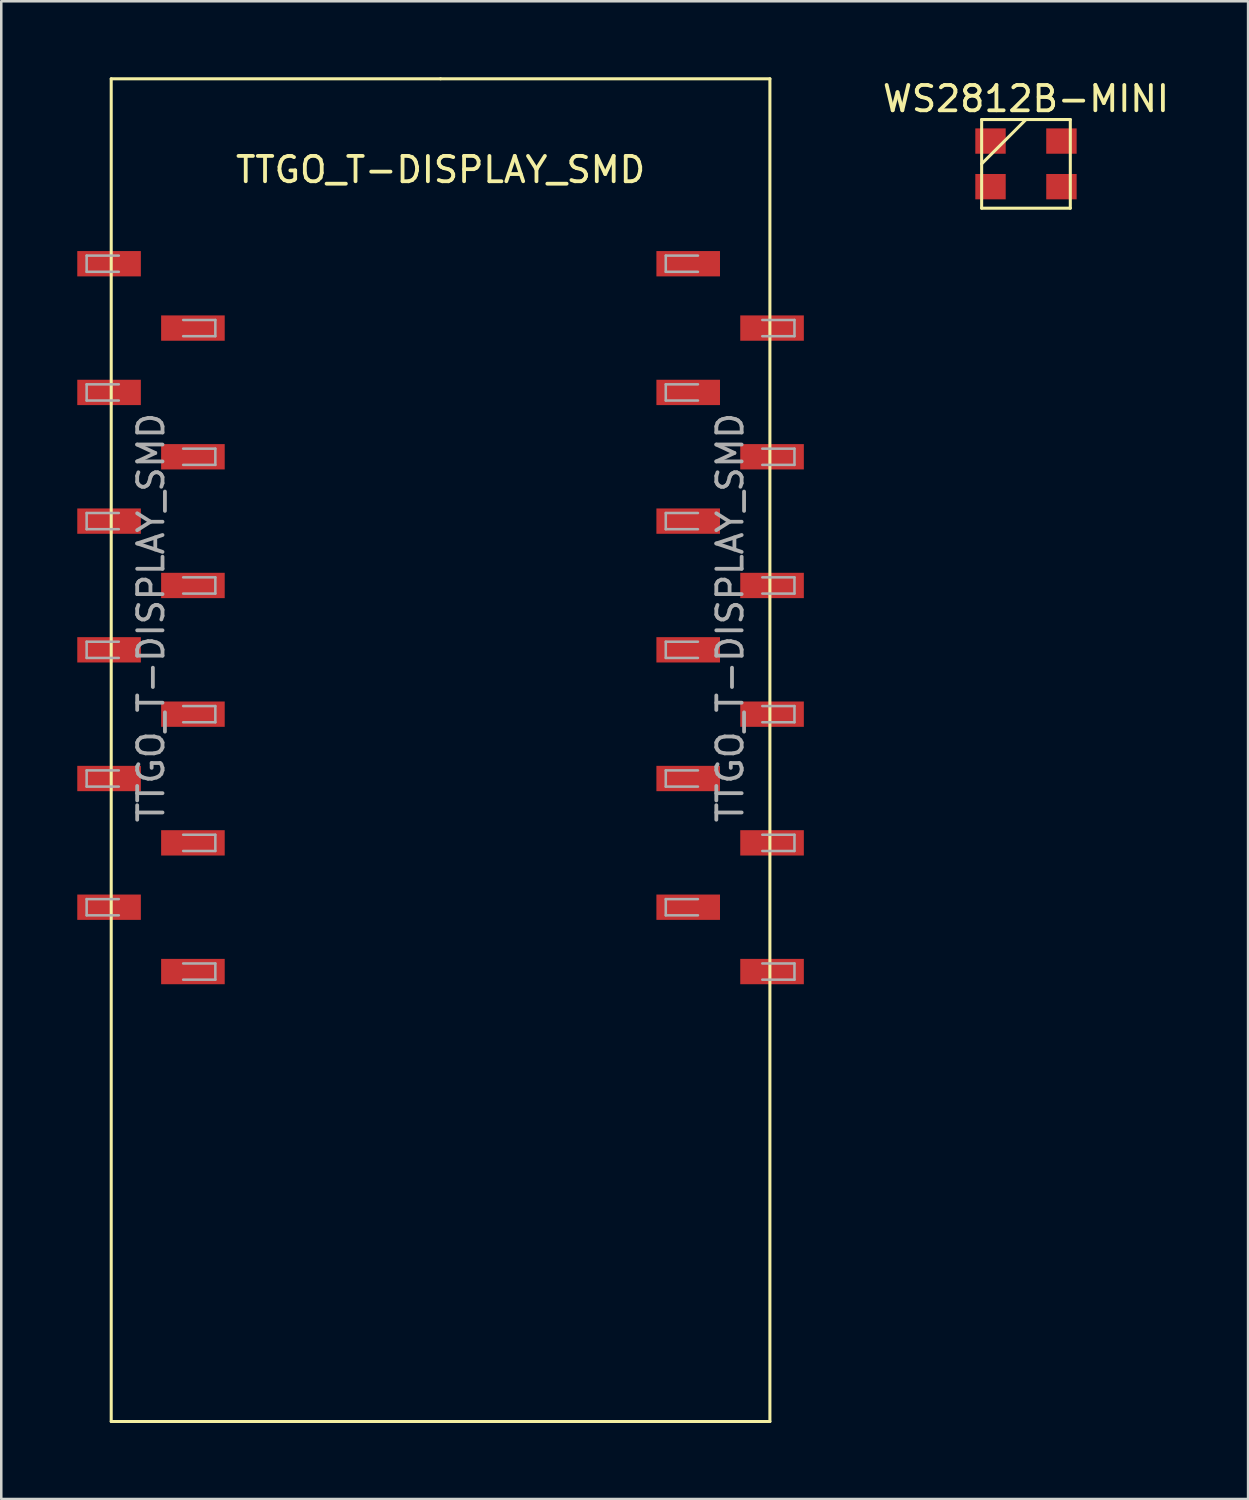
<source format=kicad_pcb>
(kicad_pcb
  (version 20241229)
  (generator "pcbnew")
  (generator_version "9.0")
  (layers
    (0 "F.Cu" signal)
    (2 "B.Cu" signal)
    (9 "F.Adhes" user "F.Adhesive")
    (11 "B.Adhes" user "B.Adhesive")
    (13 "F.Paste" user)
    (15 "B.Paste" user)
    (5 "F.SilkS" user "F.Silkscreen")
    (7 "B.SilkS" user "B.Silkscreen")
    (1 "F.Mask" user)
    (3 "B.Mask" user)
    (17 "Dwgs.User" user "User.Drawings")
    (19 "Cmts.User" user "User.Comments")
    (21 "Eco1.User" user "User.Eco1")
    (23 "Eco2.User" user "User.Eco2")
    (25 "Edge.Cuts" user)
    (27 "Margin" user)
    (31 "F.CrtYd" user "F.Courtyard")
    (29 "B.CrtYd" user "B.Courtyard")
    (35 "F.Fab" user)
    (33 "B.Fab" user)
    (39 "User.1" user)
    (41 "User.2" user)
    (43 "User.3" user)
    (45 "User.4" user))
  (footprint "TTGO_T-DISPLAY_SMD"
    (layer "F.Cu")
    (at 14.34 21.33)
    (property "Reference" "TTGO_T-DISPLAY_SMD" (at 0 -17.68 0) (layer "F.SilkS") (effects (font (size 1 1) (thickness 0.15))))
    (attr smd)
    (fp_line (start -13 -21.27) (end -13 31.73) (stroke (width 0.12) (type solid)) (layer "F.SilkS"))
    (fp_line (start -13 31.73) (end 13 31.73) (stroke (width 0.12) (type solid)) (layer "F.SilkS"))
    (fp_line (start 0 -21.27) (end -13 -21.27) (stroke (width 0.12) (type solid)) (layer "F.SilkS"))
    (fp_line (start 0 -21.27) (end 13 -21.27) (stroke (width 0.12) (type solid)) (layer "F.SilkS"))
    (fp_line (start 13 31.73) (end 13 -21.27) (stroke (width 0.12) (type solid)) (layer "F.SilkS"))
    (fp_line (start -13.97 -14.29) (end -13.97 -13.65) (stroke (width 0.1) (type solid)) (layer "F.Fab"))
    (fp_line (start -13.97 -13.65) (end -12.7 -13.65) (stroke (width 0.1) (type solid)) (layer "F.Fab"))
    (fp_line (start -13.97 -9.21) (end -13.97 -8.57) (stroke (width 0.1) (type solid)) (layer "F.Fab"))
    (fp_line (start -13.97 -8.57) (end -12.7 -8.57) (stroke (width 0.1) (type solid)) (layer "F.Fab"))
    (fp_line (start -13.97 -4.13) (end -13.97 -3.49) (stroke (width 0.1) (type solid)) (layer "F.Fab"))
    (fp_line (start -13.97 -3.49) (end -12.7 -3.49) (stroke (width 0.1) (type solid)) (layer "F.Fab"))
    (fp_line (start -13.97 0.95) (end -13.97 1.59) (stroke (width 0.1) (type solid)) (layer "F.Fab"))
    (fp_line (start -13.97 1.59) (end -12.7 1.59) (stroke (width 0.1) (type solid)) (layer "F.Fab"))
    (fp_line (start -13.97 6.03) (end -13.97 6.67) (stroke (width 0.1) (type solid)) (layer "F.Fab"))
    (fp_line (start -13.97 6.67) (end -12.7 6.67) (stroke (width 0.1) (type solid)) (layer "F.Fab"))
    (fp_line (start -13.97 11.11) (end -13.97 11.75) (stroke (width 0.1) (type solid)) (layer "F.Fab"))
    (fp_line (start -13.97 11.75) (end -12.7 11.75) (stroke (width 0.1) (type solid)) (layer "F.Fab"))
    (fp_line (start -12.7 -14.29) (end -13.97 -14.29) (stroke (width 0.1) (type solid)) (layer "F.Fab"))
    (fp_line (start -12.7 -9.21) (end -13.97 -9.21) (stroke (width 0.1) (type solid)) (layer "F.Fab"))
    (fp_line (start -12.7 -4.13) (end -13.97 -4.13) (stroke (width 0.1) (type solid)) (layer "F.Fab"))
    (fp_line (start -12.7 0.95) (end -13.97 0.95) (stroke (width 0.1) (type solid)) (layer "F.Fab"))
    (fp_line (start -12.7 6.03) (end -13.97 6.03) (stroke (width 0.1) (type solid)) (layer "F.Fab"))
    (fp_line (start -12.7 11.11) (end -13.97 11.11) (stroke (width 0.1) (type solid)) (layer "F.Fab"))
    (fp_line (start -10.16 -11.75) (end -8.89 -11.75) (stroke (width 0.1) (type solid)) (layer "F.Fab"))
    (fp_line (start -10.16 -6.67) (end -8.89 -6.67) (stroke (width 0.1) (type solid)) (layer "F.Fab"))
    (fp_line (start -10.16 -1.59) (end -8.89 -1.59) (stroke (width 0.1) (type solid)) (layer "F.Fab"))
    (fp_line (start -10.16 3.49) (end -8.89 3.49) (stroke (width 0.1) (type solid)) (layer "F.Fab"))
    (fp_line (start -10.16 8.57) (end -8.89 8.57) (stroke (width 0.1) (type solid)) (layer "F.Fab"))
    (fp_line (start -10.16 13.65) (end -8.89 13.65) (stroke (width 0.1) (type solid)) (layer "F.Fab"))
    (fp_line (start -8.89 -11.75) (end -8.89 -11.11) (stroke (width 0.1) (type solid)) (layer "F.Fab"))
    (fp_line (start -8.89 -11.11) (end -10.16 -11.11) (stroke (width 0.1) (type solid)) (layer "F.Fab"))
    (fp_line (start -8.89 -6.67) (end -8.89 -6.03) (stroke (width 0.1) (type solid)) (layer "F.Fab"))
    (fp_line (start -8.89 -6.03) (end -10.16 -6.03) (stroke (width 0.1) (type solid)) (layer "F.Fab"))
    (fp_line (start -8.89 -1.59) (end -8.89 -0.95) (stroke (width 0.1) (type solid)) (layer "F.Fab"))
    (fp_line (start -8.89 -0.95) (end -10.16 -0.95) (stroke (width 0.1) (type solid)) (layer "F.Fab"))
    (fp_line (start -8.89 3.49) (end -8.89 4.13) (stroke (width 0.1) (type solid)) (layer "F.Fab"))
    (fp_line (start -8.89 4.13) (end -10.16 4.13) (stroke (width 0.1) (type solid)) (layer "F.Fab"))
    (fp_line (start -8.89 8.57) (end -8.89 9.21) (stroke (width 0.1) (type solid)) (layer "F.Fab"))
    (fp_line (start -8.89 9.21) (end -10.16 9.21) (stroke (width 0.1) (type solid)) (layer "F.Fab"))
    (fp_line (start -8.89 13.65) (end -8.89 14.29) (stroke (width 0.1) (type solid)) (layer "F.Fab"))
    (fp_line (start -8.89 14.29) (end -10.16 14.29) (stroke (width 0.1) (type solid)) (layer "F.Fab"))
    (fp_line (start 8.89 -14.29) (end 8.89 -13.65) (stroke (width 0.1) (type solid)) (layer "F.Fab"))
    (fp_line (start 8.89 -13.65) (end 10.16 -13.65) (stroke (width 0.1) (type solid)) (layer "F.Fab"))
    (fp_line (start 8.89 -9.21) (end 8.89 -8.57) (stroke (width 0.1) (type solid)) (layer "F.Fab"))
    (fp_line (start 8.89 -8.57) (end 10.16 -8.57) (stroke (width 0.1) (type solid)) (layer "F.Fab"))
    (fp_line (start 8.89 -4.13) (end 8.89 -3.49) (stroke (width 0.1) (type solid)) (layer "F.Fab"))
    (fp_line (start 8.89 -3.49) (end 10.16 -3.49) (stroke (width 0.1) (type solid)) (layer "F.Fab"))
    (fp_line (start 8.89 0.95) (end 8.89 1.59) (stroke (width 0.1) (type solid)) (layer "F.Fab"))
    (fp_line (start 8.89 1.59) (end 10.16 1.59) (stroke (width 0.1) (type solid)) (layer "F.Fab"))
    (fp_line (start 8.89 6.03) (end 8.89 6.67) (stroke (width 0.1) (type solid)) (layer "F.Fab"))
    (fp_line (start 8.89 6.67) (end 10.16 6.67) (stroke (width 0.1) (type solid)) (layer "F.Fab"))
    (fp_line (start 8.89 11.11) (end 8.89 11.75) (stroke (width 0.1) (type solid)) (layer "F.Fab"))
    (fp_line (start 8.89 11.75) (end 10.16 11.75) (stroke (width 0.1) (type solid)) (layer "F.Fab"))
    (fp_line (start 10.16 -14.29) (end 8.89 -14.29) (stroke (width 0.1) (type solid)) (layer "F.Fab"))
    (fp_line (start 10.16 -9.21) (end 8.89 -9.21) (stroke (width 0.1) (type solid)) (layer "F.Fab"))
    (fp_line (start 10.16 -4.13) (end 8.89 -4.13) (stroke (width 0.1) (type solid)) (layer "F.Fab"))
    (fp_line (start 10.16 0.95) (end 8.89 0.95) (stroke (width 0.1) (type solid)) (layer "F.Fab"))
    (fp_line (start 10.16 6.03) (end 8.89 6.03) (stroke (width 0.1) (type solid)) (layer "F.Fab"))
    (fp_line (start 10.16 11.11) (end 8.89 11.11) (stroke (width 0.1) (type solid)) (layer "F.Fab"))
    (fp_line (start 12.7 -11.75) (end 13.97 -11.75) (stroke (width 0.1) (type solid)) (layer "F.Fab"))
    (fp_line (start 12.7 -6.67) (end 13.97 -6.67) (stroke (width 0.1) (type solid)) (layer "F.Fab"))
    (fp_line (start 12.7 -1.59) (end 13.97 -1.59) (stroke (width 0.1) (type solid)) (layer "F.Fab"))
    (fp_line (start 12.7 3.49) (end 13.97 3.49) (stroke (width 0.1) (type solid)) (layer "F.Fab"))
    (fp_line (start 12.7 8.57) (end 13.97 8.57) (stroke (width 0.1) (type solid)) (layer "F.Fab"))
    (fp_line (start 12.7 13.65) (end 13.97 13.65) (stroke (width 0.1) (type solid)) (layer "F.Fab"))
    (fp_line (start 13.97 -11.75) (end 13.97 -11.11) (stroke (width 0.1) (type solid)) (layer "F.Fab"))
    (fp_line (start 13.97 -11.11) (end 12.7 -11.11) (stroke (width 0.1) (type solid)) (layer "F.Fab"))
    (fp_line (start 13.97 -6.67) (end 13.97 -6.03) (stroke (width 0.1) (type solid)) (layer "F.Fab"))
    (fp_line (start 13.97 -6.03) (end 12.7 -6.03) (stroke (width 0.1) (type solid)) (layer "F.Fab"))
    (fp_line (start 13.97 -1.59) (end 13.97 -0.95) (stroke (width 0.1) (type solid)) (layer "F.Fab"))
    (fp_line (start 13.97 -0.95) (end 12.7 -0.95) (stroke (width 0.1) (type solid)) (layer "F.Fab"))
    (fp_line (start 13.97 3.49) (end 13.97 4.13) (stroke (width 0.1) (type solid)) (layer "F.Fab"))
    (fp_line (start 13.97 4.13) (end 12.7 4.13) (stroke (width 0.1) (type solid)) (layer "F.Fab"))
    (fp_line (start 13.97 8.57) (end 13.97 9.21) (stroke (width 0.1) (type solid)) (layer "F.Fab"))
    (fp_line (start 13.97 9.21) (end 12.7 9.21) (stroke (width 0.1) (type solid)) (layer "F.Fab"))
    (fp_line (start 13.97 13.65) (end 13.97 14.29) (stroke (width 0.1) (type solid)) (layer "F.Fab"))
    (fp_line (start 13.97 14.29) (end 12.7 14.29) (stroke (width 0.1) (type solid)) (layer "F.Fab"))
    (fp_text user "${REFERENCE}" (at 11.43 0 90) (layer "F.Fab") (effects (font (size 1 1) (thickness 0.15))))
    (fp_text user "${REFERENCE}" (at -11.43 0 90) (layer "F.Fab") (effects (font (size 1 1) (thickness 0.15))))
    (pad "1" smd rect (at -13.085 -13.97) (size 2.51 1) (layers "F.Cu" "F.Mask" "F.Paste"))
    (pad "2" smd rect (at -9.775 -11.43) (size 2.51 1) (layers "F.Cu" "F.Mask" "F.Paste"))
    (pad "3" smd rect (at -13.085 -8.89) (size 2.51 1) (layers "F.Cu" "F.Mask" "F.Paste"))
    (pad "4" smd rect (at -9.775 -6.35) (size 2.51 1) (layers "F.Cu" "F.Mask" "F.Paste"))
    (pad "5" smd rect (at -13.085 -3.81) (size 2.51 1) (layers "F.Cu" "F.Mask" "F.Paste"))
    (pad "6" smd rect (at -9.775 -1.27) (size 2.51 1) (layers "F.Cu" "F.Mask" "F.Paste"))
    (pad "7" smd rect (at -13.085 1.27) (size 2.51 1) (layers "F.Cu" "F.Mask" "F.Paste"))
    (pad "8" smd rect (at -9.775 3.81) (size 2.51 1) (layers "F.Cu" "F.Mask" "F.Paste"))
    (pad "9" smd rect (at -13.085 6.35) (size 2.51 1) (layers "F.Cu" "F.Mask" "F.Paste"))
    (pad "10" smd rect (at -9.775 8.89) (size 2.51 1) (layers "F.Cu" "F.Mask" "F.Paste"))
    (pad "11" smd rect (at -13.085 11.43) (size 2.51 1) (layers "F.Cu" "F.Mask" "F.Paste"))
    (pad "12" smd rect (at -9.775 13.97) (size 2.51 1) (layers "F.Cu" "F.Mask" "F.Paste"))
    (pad "13" smd rect (at 13.085 13.97) (size 2.51 1) (layers "F.Cu" "F.Mask" "F.Paste"))
    (pad "14" smd rect (at 9.775 11.43) (size 2.51 1) (layers "F.Cu" "F.Mask" "F.Paste"))
    (pad "15" smd rect (at 13.085 8.89) (size 2.51 1) (layers "F.Cu" "F.Mask" "F.Paste"))
    (pad "16" smd rect (at 9.775 6.35) (size 2.51 1) (layers "F.Cu" "F.Mask" "F.Paste"))
    (pad "17" smd rect (at 13.085 3.81) (size 2.51 1) (layers "F.Cu" "F.Mask" "F.Paste"))
    (pad "18" smd rect (at 9.775 1.27) (size 2.51 1) (layers "F.Cu" "F.Mask" "F.Paste"))
    (pad "19" smd rect (at 13.085 -1.27) (size 2.51 1) (layers "F.Cu" "F.Mask" "F.Paste"))
    (pad "20" smd rect (at 9.775 -3.81) (size 2.51 1) (layers "F.Cu" "F.Mask" "F.Paste"))
    (pad "21" smd rect (at 13.085 -6.35) (size 2.51 1) (layers "F.Cu" "F.Mask" "F.Paste"))
    (pad "22" smd rect (at 9.775 -8.89) (size 2.51 1) (layers "F.Cu" "F.Mask" "F.Paste"))
    (pad "23" smd rect (at 13.085 -11.43) (size 2.51 1) (layers "F.Cu" "F.Mask" "F.Paste"))
    (pad "24" smd rect (at 9.775 -13.97) (size 2.51 1) (layers "F.Cu" "F.Mask" "F.Paste")))
  (footprint "WS2812B-MINI"
    (layer "F.Cu")
    (at 37.448 3.418)
    (property "Reference" "WS2812B-MINI" (at 0 -2.57 0) (layer "F.SilkS") (effects (font (size 1 1) (thickness 0.15))))
    (attr through_hole)
    (fp_line (start -1.75 -1.75) (end 1.75 -1.75) (stroke (width 0.12) (type solid)) (layer "F.SilkS"))
    (fp_line (start -1.75 0) (end 0 -1.75) (stroke (width 0.12) (type solid)) (layer "F.SilkS"))
    (fp_line (start -1.75 1.75) (end -1.75 -1.75) (stroke (width 0.12) (type solid)) (layer "F.SilkS"))
    (fp_line (start 1.75 -1.75) (end 1.75 1.75) (stroke (width 0.12) (type solid)) (layer "F.SilkS"))
    (fp_line (start 1.75 1.75) (end -1.75 1.75) (stroke (width 0.12) (type solid)) (layer "F.SilkS"))
    (pad "1" smd rect (at 1.4 0.9) (size 1.2 1) (layers "F.Cu" "F.Mask" "F.Paste"))
    (pad "2" smd rect (at 1.4 -0.9) (size 1.2 1) (layers "F.Cu" "F.Mask" "F.Paste"))
    (pad "3" smd rect (at -1.4 -0.9) (size 1.2 1) (layers "F.Cu" "F.Mask" "F.Paste"))
    (pad "4" smd rect (at -1.4 0.9) (size 1.2 1) (layers "F.Cu" "F.Mask" "F.Paste")))
  (gr_rect
    (start -3 -3)
    (end 46.216 56.12)
    (stroke (width 0.1) (type default))
    (fill no)
    (layer "Edge.Cuts")))
</source>
